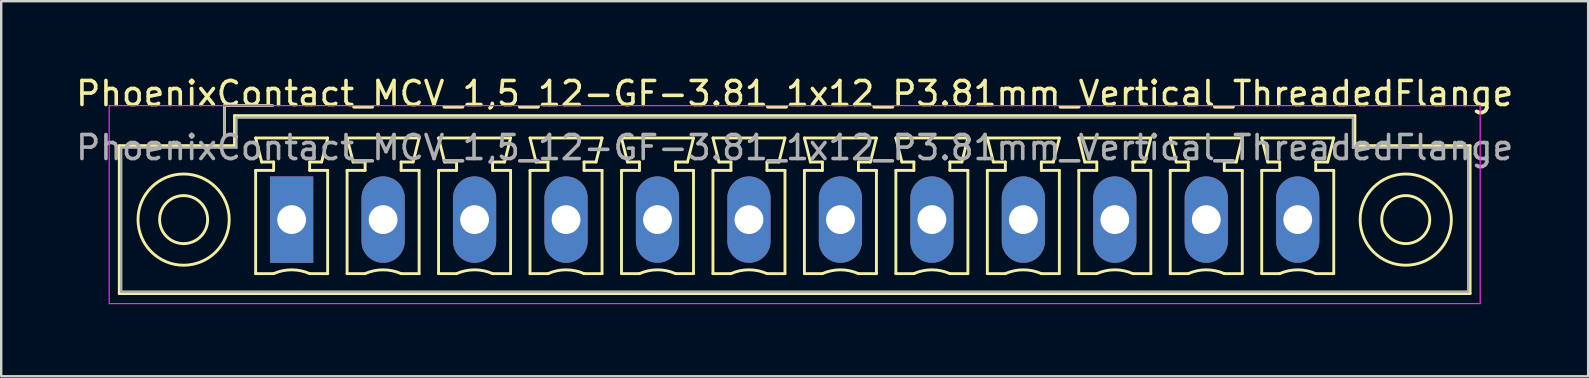
<source format=kicad_pcb>
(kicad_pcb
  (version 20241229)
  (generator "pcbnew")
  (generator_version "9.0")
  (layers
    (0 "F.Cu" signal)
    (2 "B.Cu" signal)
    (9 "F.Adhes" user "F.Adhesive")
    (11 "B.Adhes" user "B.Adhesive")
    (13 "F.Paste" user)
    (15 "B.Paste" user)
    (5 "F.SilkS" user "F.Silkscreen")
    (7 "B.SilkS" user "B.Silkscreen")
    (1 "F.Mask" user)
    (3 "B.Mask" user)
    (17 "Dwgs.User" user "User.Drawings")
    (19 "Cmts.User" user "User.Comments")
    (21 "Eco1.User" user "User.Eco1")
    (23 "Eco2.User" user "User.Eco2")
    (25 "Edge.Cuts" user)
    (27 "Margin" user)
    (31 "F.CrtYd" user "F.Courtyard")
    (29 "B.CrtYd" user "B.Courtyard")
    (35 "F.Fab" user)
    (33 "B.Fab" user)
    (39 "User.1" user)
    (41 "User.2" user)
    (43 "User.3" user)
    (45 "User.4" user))
  (footprint "PhoenixContact_MCV_1,5_12-GF-3.81_1x12_P3.81mm_Vertical_ThreadedFlange"
    (layer "F.Cu")
    (at 9.099 6.098)
    (property "Reference" "PhoenixContact_MCV_1,5_12-GF-3.81_1x12_P3.81mm_Vertical_ThreadedFlange" (at 20.955 -5.25 0) (layer "F.SilkS") (effects (font (size 1 1) (thickness 0.15))))
    (attr through_hole)
    (fp_line (start -7.18 -3.08) (end -7.18 3.08) (stroke (width 0.12) (type solid)) (layer "F.SilkS"))
    (fp_line (start -7.18 3.08) (end 49.09 3.08) (stroke (width 0.12) (type solid)) (layer "F.SilkS"))
    (fp_line (start -2.8 -4.75) (end -0.8 -4.75) (stroke (width 0.12) (type solid)) (layer "F.SilkS"))
    (fp_line (start -2.8 -3.5) (end -2.8 -4.75) (stroke (width 0.12) (type solid)) (layer "F.SilkS"))
    (fp_line (start -2.38 -4.33) (end -2.38 -3.08) (stroke (width 0.12) (type solid)) (layer "F.SilkS"))
    (fp_line (start -2.38 -3.08) (end -7.18 -3.08) (stroke (width 0.12) (type solid)) (layer "F.SilkS"))
    (fp_line (start -1.5 -3.4) (end 1.5 -3.4) (stroke (width 0.12) (type solid)) (layer "F.SilkS"))
    (fp_line (start -1.5 -2.05) (end -0.75 -2.05) (stroke (width 0.12) (type solid)) (layer "F.SilkS"))
    (fp_line (start -1.5 2.25) (end -1.5 -2.05) (stroke (width 0.12) (type solid)) (layer "F.SilkS"))
    (fp_line (start -1.25 -2.4) (end -1.5 -3.4) (stroke (width 0.12) (type solid)) (layer "F.SilkS"))
    (fp_line (start -0.75 -2.4) (end -1.25 -2.4) (stroke (width 0.12) (type solid)) (layer "F.SilkS"))
    (fp_line (start -0.75 -2.05) (end -0.75 -2.4) (stroke (width 0.12) (type solid)) (layer "F.SilkS"))
    (fp_line (start -0.75 2.25) (end -1.5 2.25) (stroke (width 0.12) (type solid)) (layer "F.SilkS"))
    (fp_line (start 0.75 -2.4) (end 0.75 -2.05) (stroke (width 0.12) (type solid)) (layer "F.SilkS"))
    (fp_line (start 0.75 -2.05) (end 1.5 -2.05) (stroke (width 0.12) (type solid)) (layer "F.SilkS"))
    (fp_line (start 1.25 -2.4) (end 0.75 -2.4) (stroke (width 0.12) (type solid)) (layer "F.SilkS"))
    (fp_line (start 1.5 -3.4) (end 1.25 -2.4) (stroke (width 0.12) (type solid)) (layer "F.SilkS"))
    (fp_line (start 1.5 -2.05) (end 1.5 2.25) (stroke (width 0.12) (type solid)) (layer "F.SilkS"))
    (fp_line (start 1.5 2.25) (end 0.75 2.25) (stroke (width 0.12) (type solid)) (layer "F.SilkS"))
    (fp_line (start 2.31 -3.4) (end 5.31 -3.4) (stroke (width 0.12) (type solid)) (layer "F.SilkS"))
    (fp_line (start 2.31 -2.05) (end 3.06 -2.05) (stroke (width 0.12) (type solid)) (layer "F.SilkS"))
    (fp_line (start 2.31 2.25) (end 2.31 -2.05) (stroke (width 0.12) (type solid)) (layer "F.SilkS"))
    (fp_line (start 2.56 -2.4) (end 2.31 -3.4) (stroke (width 0.12) (type solid)) (layer "F.SilkS"))
    (fp_line (start 3.06 -2.4) (end 2.56 -2.4) (stroke (width 0.12) (type solid)) (layer "F.SilkS"))
    (fp_line (start 3.06 -2.05) (end 3.06 -2.4) (stroke (width 0.12) (type solid)) (layer "F.SilkS"))
    (fp_line (start 3.06 2.25) (end 2.31 2.25) (stroke (width 0.12) (type solid)) (layer "F.SilkS"))
    (fp_line (start 4.56 -2.4) (end 4.56 -2.05) (stroke (width 0.12) (type solid)) (layer "F.SilkS"))
    (fp_line (start 4.56 -2.05) (end 5.31 -2.05) (stroke (width 0.12) (type solid)) (layer "F.SilkS"))
    (fp_line (start 5.06 -2.4) (end 4.56 -2.4) (stroke (width 0.12) (type solid)) (layer "F.SilkS"))
    (fp_line (start 5.31 -3.4) (end 5.06 -2.4) (stroke (width 0.12) (type solid)) (layer "F.SilkS"))
    (fp_line (start 5.31 -2.05) (end 5.31 2.25) (stroke (width 0.12) (type solid)) (layer "F.SilkS"))
    (fp_line (start 5.31 2.25) (end 4.56 2.25) (stroke (width 0.12) (type solid)) (layer "F.SilkS"))
    (fp_line (start 6.12 -3.4) (end 9.12 -3.4) (stroke (width 0.12) (type solid)) (layer "F.SilkS"))
    (fp_line (start 6.12 -2.05) (end 6.87 -2.05) (stroke (width 0.12) (type solid)) (layer "F.SilkS"))
    (fp_line (start 6.12 2.25) (end 6.12 -2.05) (stroke (width 0.12) (type solid)) (layer "F.SilkS"))
    (fp_line (start 6.37 -2.4) (end 6.12 -3.4) (stroke (width 0.12) (type solid)) (layer "F.SilkS"))
    (fp_line (start 6.87 -2.4) (end 6.37 -2.4) (stroke (width 0.12) (type solid)) (layer "F.SilkS"))
    (fp_line (start 6.87 -2.05) (end 6.87 -2.4) (stroke (width 0.12) (type solid)) (layer "F.SilkS"))
    (fp_line (start 6.87 2.25) (end 6.12 2.25) (stroke (width 0.12) (type solid)) (layer "F.SilkS"))
    (fp_line (start 8.37 -2.4) (end 8.37 -2.05) (stroke (width 0.12) (type solid)) (layer "F.SilkS"))
    (fp_line (start 8.37 -2.05) (end 9.12 -2.05) (stroke (width 0.12) (type solid)) (layer "F.SilkS"))
    (fp_line (start 8.87 -2.4) (end 8.37 -2.4) (stroke (width 0.12) (type solid)) (layer "F.SilkS"))
    (fp_line (start 9.12 -3.4) (end 8.87 -2.4) (stroke (width 0.12) (type solid)) (layer "F.SilkS"))
    (fp_line (start 9.12 -2.05) (end 9.12 2.25) (stroke (width 0.12) (type solid)) (layer "F.SilkS"))
    (fp_line (start 9.12 2.25) (end 8.37 2.25) (stroke (width 0.12) (type solid)) (layer "F.SilkS"))
    (fp_line (start 9.93 -3.4) (end 12.93 -3.4) (stroke (width 0.12) (type solid)) (layer "F.SilkS"))
    (fp_line (start 9.93 -2.05) (end 10.68 -2.05) (stroke (width 0.12) (type solid)) (layer "F.SilkS"))
    (fp_line (start 9.93 2.25) (end 9.93 -2.05) (stroke (width 0.12) (type solid)) (layer "F.SilkS"))
    (fp_line (start 10.18 -2.4) (end 9.93 -3.4) (stroke (width 0.12) (type solid)) (layer "F.SilkS"))
    (fp_line (start 10.68 -2.4) (end 10.18 -2.4) (stroke (width 0.12) (type solid)) (layer "F.SilkS"))
    (fp_line (start 10.68 -2.05) (end 10.68 -2.4) (stroke (width 0.12) (type solid)) (layer "F.SilkS"))
    (fp_line (start 10.68 2.25) (end 9.93 2.25) (stroke (width 0.12) (type solid)) (layer "F.SilkS"))
    (fp_line (start 12.18 -2.4) (end 12.18 -2.05) (stroke (width 0.12) (type solid)) (layer "F.SilkS"))
    (fp_line (start 12.18 -2.05) (end 12.93 -2.05) (stroke (width 0.12) (type solid)) (layer "F.SilkS"))
    (fp_line (start 12.68 -2.4) (end 12.18 -2.4) (stroke (width 0.12) (type solid)) (layer "F.SilkS"))
    (fp_line (start 12.93 -3.4) (end 12.68 -2.4) (stroke (width 0.12) (type solid)) (layer "F.SilkS"))
    (fp_line (start 12.93 -2.05) (end 12.93 2.25) (stroke (width 0.12) (type solid)) (layer "F.SilkS"))
    (fp_line (start 12.93 2.25) (end 12.18 2.25) (stroke (width 0.12) (type solid)) (layer "F.SilkS"))
    (fp_line (start 13.74 -3.4) (end 16.74 -3.4) (stroke (width 0.12) (type solid)) (layer "F.SilkS"))
    (fp_line (start 13.74 -2.05) (end 14.49 -2.05) (stroke (width 0.12) (type solid)) (layer "F.SilkS"))
    (fp_line (start 13.74 2.25) (end 13.74 -2.05) (stroke (width 0.12) (type solid)) (layer "F.SilkS"))
    (fp_line (start 13.99 -2.4) (end 13.74 -3.4) (stroke (width 0.12) (type solid)) (layer "F.SilkS"))
    (fp_line (start 14.49 -2.4) (end 13.99 -2.4) (stroke (width 0.12) (type solid)) (layer "F.SilkS"))
    (fp_line (start 14.49 -2.05) (end 14.49 -2.4) (stroke (width 0.12) (type solid)) (layer "F.SilkS"))
    (fp_line (start 14.49 2.25) (end 13.74 2.25) (stroke (width 0.12) (type solid)) (layer "F.SilkS"))
    (fp_line (start 15.99 -2.4) (end 15.99 -2.05) (stroke (width 0.12) (type solid)) (layer "F.SilkS"))
    (fp_line (start 15.99 -2.05) (end 16.74 -2.05) (stroke (width 0.12) (type solid)) (layer "F.SilkS"))
    (fp_line (start 16.49 -2.4) (end 15.99 -2.4) (stroke (width 0.12) (type solid)) (layer "F.SilkS"))
    (fp_line (start 16.74 -3.4) (end 16.49 -2.4) (stroke (width 0.12) (type solid)) (layer "F.SilkS"))
    (fp_line (start 16.74 -2.05) (end 16.74 2.25) (stroke (width 0.12) (type solid)) (layer "F.SilkS"))
    (fp_line (start 16.74 2.25) (end 15.99 2.25) (stroke (width 0.12) (type solid)) (layer "F.SilkS"))
    (fp_line (start 17.55 -3.4) (end 20.55 -3.4) (stroke (width 0.12) (type solid)) (layer "F.SilkS"))
    (fp_line (start 17.55 -2.05) (end 18.3 -2.05) (stroke (width 0.12) (type solid)) (layer "F.SilkS"))
    (fp_line (start 17.55 2.25) (end 17.55 -2.05) (stroke (width 0.12) (type solid)) (layer "F.SilkS"))
    (fp_line (start 17.8 -2.4) (end 17.55 -3.4) (stroke (width 0.12) (type solid)) (layer "F.SilkS"))
    (fp_line (start 18.3 -2.4) (end 17.8 -2.4) (stroke (width 0.12) (type solid)) (layer "F.SilkS"))
    (fp_line (start 18.3 -2.05) (end 18.3 -2.4) (stroke (width 0.12) (type solid)) (layer "F.SilkS"))
    (fp_line (start 18.3 2.25) (end 17.55 2.25) (stroke (width 0.12) (type solid)) (layer "F.SilkS"))
    (fp_line (start 19.8 -2.4) (end 19.8 -2.05) (stroke (width 0.12) (type solid)) (layer "F.SilkS"))
    (fp_line (start 19.8 -2.05) (end 20.55 -2.05) (stroke (width 0.12) (type solid)) (layer "F.SilkS"))
    (fp_line (start 20.3 -2.4) (end 19.8 -2.4) (stroke (width 0.12) (type solid)) (layer "F.SilkS"))
    (fp_line (start 20.55 -3.4) (end 20.3 -2.4) (stroke (width 0.12) (type solid)) (layer "F.SilkS"))
    (fp_line (start 20.55 -2.05) (end 20.55 2.25) (stroke (width 0.12) (type solid)) (layer "F.SilkS"))
    (fp_line (start 20.55 2.25) (end 19.8 2.25) (stroke (width 0.12) (type solid)) (layer "F.SilkS"))
    (fp_line (start 21.36 -3.4) (end 24.36 -3.4) (stroke (width 0.12) (type solid)) (layer "F.SilkS"))
    (fp_line (start 21.36 -2.05) (end 22.11 -2.05) (stroke (width 0.12) (type solid)) (layer "F.SilkS"))
    (fp_line (start 21.36 2.25) (end 21.36 -2.05) (stroke (width 0.12) (type solid)) (layer "F.SilkS"))
    (fp_line (start 21.61 -2.4) (end 21.36 -3.4) (stroke (width 0.12) (type solid)) (layer "F.SilkS"))
    (fp_line (start 22.11 -2.4) (end 21.61 -2.4) (stroke (width 0.12) (type solid)) (layer "F.SilkS"))
    (fp_line (start 22.11 -2.05) (end 22.11 -2.4) (stroke (width 0.12) (type solid)) (layer "F.SilkS"))
    (fp_line (start 22.11 2.25) (end 21.36 2.25) (stroke (width 0.12) (type solid)) (layer "F.SilkS"))
    (fp_line (start 23.61 -2.4) (end 23.61 -2.05) (stroke (width 0.12) (type solid)) (layer "F.SilkS"))
    (fp_line (start 23.61 -2.05) (end 24.36 -2.05) (stroke (width 0.12) (type solid)) (layer "F.SilkS"))
    (fp_line (start 24.11 -2.4) (end 23.61 -2.4) (stroke (width 0.12) (type solid)) (layer "F.SilkS"))
    (fp_line (start 24.36 -3.4) (end 24.11 -2.4) (stroke (width 0.12) (type solid)) (layer "F.SilkS"))
    (fp_line (start 24.36 -2.05) (end 24.36 2.25) (stroke (width 0.12) (type solid)) (layer "F.SilkS"))
    (fp_line (start 24.36 2.25) (end 23.61 2.25) (stroke (width 0.12) (type solid)) (layer "F.SilkS"))
    (fp_line (start 25.17 -3.4) (end 28.17 -3.4) (stroke (width 0.12) (type solid)) (layer "F.SilkS"))
    (fp_line (start 25.17 -2.05) (end 25.92 -2.05) (stroke (width 0.12) (type solid)) (layer "F.SilkS"))
    (fp_line (start 25.17 2.25) (end 25.17 -2.05) (stroke (width 0.12) (type solid)) (layer "F.SilkS"))
    (fp_line (start 25.42 -2.4) (end 25.17 -3.4) (stroke (width 0.12) (type solid)) (layer "F.SilkS"))
    (fp_line (start 25.92 -2.4) (end 25.42 -2.4) (stroke (width 0.12) (type solid)) (layer "F.SilkS"))
    (fp_line (start 25.92 -2.05) (end 25.92 -2.4) (stroke (width 0.12) (type solid)) (layer "F.SilkS"))
    (fp_line (start 25.92 2.25) (end 25.17 2.25) (stroke (width 0.12) (type solid)) (layer "F.SilkS"))
    (fp_line (start 27.42 -2.4) (end 27.42 -2.05) (stroke (width 0.12) (type solid)) (layer "F.SilkS"))
    (fp_line (start 27.42 -2.05) (end 28.17 -2.05) (stroke (width 0.12) (type solid)) (layer "F.SilkS"))
    (fp_line (start 27.92 -2.4) (end 27.42 -2.4) (stroke (width 0.12) (type solid)) (layer "F.SilkS"))
    (fp_line (start 28.17 -3.4) (end 27.92 -2.4) (stroke (width 0.12) (type solid)) (layer "F.SilkS"))
    (fp_line (start 28.17 -2.05) (end 28.17 2.25) (stroke (width 0.12) (type solid)) (layer "F.SilkS"))
    (fp_line (start 28.17 2.25) (end 27.42 2.25) (stroke (width 0.12) (type solid)) (layer "F.SilkS"))
    (fp_line (start 28.98 -3.4) (end 31.98 -3.4) (stroke (width 0.12) (type solid)) (layer "F.SilkS"))
    (fp_line (start 28.98 -2.05) (end 29.73 -2.05) (stroke (width 0.12) (type solid)) (layer "F.SilkS"))
    (fp_line (start 28.98 2.25) (end 28.98 -2.05) (stroke (width 0.12) (type solid)) (layer "F.SilkS"))
    (fp_line (start 29.23 -2.4) (end 28.98 -3.4) (stroke (width 0.12) (type solid)) (layer "F.SilkS"))
    (fp_line (start 29.73 -2.4) (end 29.23 -2.4) (stroke (width 0.12) (type solid)) (layer "F.SilkS"))
    (fp_line (start 29.73 -2.05) (end 29.73 -2.4) (stroke (width 0.12) (type solid)) (layer "F.SilkS"))
    (fp_line (start 29.73 2.25) (end 28.98 2.25) (stroke (width 0.12) (type solid)) (layer "F.SilkS"))
    (fp_line (start 31.23 -2.4) (end 31.23 -2.05) (stroke (width 0.12) (type solid)) (layer "F.SilkS"))
    (fp_line (start 31.23 -2.05) (end 31.98 -2.05) (stroke (width 0.12) (type solid)) (layer "F.SilkS"))
    (fp_line (start 31.73 -2.4) (end 31.23 -2.4) (stroke (width 0.12) (type solid)) (layer "F.SilkS"))
    (fp_line (start 31.98 -3.4) (end 31.73 -2.4) (stroke (width 0.12) (type solid)) (layer "F.SilkS"))
    (fp_line (start 31.98 -2.05) (end 31.98 2.25) (stroke (width 0.12) (type solid)) (layer "F.SilkS"))
    (fp_line (start 31.98 2.25) (end 31.23 2.25) (stroke (width 0.12) (type solid)) (layer "F.SilkS"))
    (fp_line (start 32.79 -3.4) (end 35.79 -3.4) (stroke (width 0.12) (type solid)) (layer "F.SilkS"))
    (fp_line (start 32.79 -2.05) (end 33.54 -2.05) (stroke (width 0.12) (type solid)) (layer "F.SilkS"))
    (fp_line (start 32.79 2.25) (end 32.79 -2.05) (stroke (width 0.12) (type solid)) (layer "F.SilkS"))
    (fp_line (start 33.04 -2.4) (end 32.79 -3.4) (stroke (width 0.12) (type solid)) (layer "F.SilkS"))
    (fp_line (start 33.54 -2.4) (end 33.04 -2.4) (stroke (width 0.12) (type solid)) (layer "F.SilkS"))
    (fp_line (start 33.54 -2.05) (end 33.54 -2.4) (stroke (width 0.12) (type solid)) (layer "F.SilkS"))
    (fp_line (start 33.54 2.25) (end 32.79 2.25) (stroke (width 0.12) (type solid)) (layer "F.SilkS"))
    (fp_line (start 35.04 -2.4) (end 35.04 -2.05) (stroke (width 0.12) (type solid)) (layer "F.SilkS"))
    (fp_line (start 35.04 -2.05) (end 35.79 -2.05) (stroke (width 0.12) (type solid)) (layer "F.SilkS"))
    (fp_line (start 35.54 -2.4) (end 35.04 -2.4) (stroke (width 0.12) (type solid)) (layer "F.SilkS"))
    (fp_line (start 35.79 -3.4) (end 35.54 -2.4) (stroke (width 0.12) (type solid)) (layer "F.SilkS"))
    (fp_line (start 35.79 -2.05) (end 35.79 2.25) (stroke (width 0.12) (type solid)) (layer "F.SilkS"))
    (fp_line (start 35.79 2.25) (end 35.04 2.25) (stroke (width 0.12) (type solid)) (layer "F.SilkS"))
    (fp_line (start 36.6 -3.4) (end 39.6 -3.4) (stroke (width 0.12) (type solid)) (layer "F.SilkS"))
    (fp_line (start 36.6 -2.05) (end 37.35 -2.05) (stroke (width 0.12) (type solid)) (layer "F.SilkS"))
    (fp_line (start 36.6 2.25) (end 36.6 -2.05) (stroke (width 0.12) (type solid)) (layer "F.SilkS"))
    (fp_line (start 36.85 -2.4) (end 36.6 -3.4) (stroke (width 0.12) (type solid)) (layer "F.SilkS"))
    (fp_line (start 37.35 -2.4) (end 36.85 -2.4) (stroke (width 0.12) (type solid)) (layer "F.SilkS"))
    (fp_line (start 37.35 -2.05) (end 37.35 -2.4) (stroke (width 0.12) (type solid)) (layer "F.SilkS"))
    (fp_line (start 37.35 2.25) (end 36.6 2.25) (stroke (width 0.12) (type solid)) (layer "F.SilkS"))
    (fp_line (start 38.85 -2.4) (end 38.85 -2.05) (stroke (width 0.12) (type solid)) (layer "F.SilkS"))
    (fp_line (start 38.85 -2.05) (end 39.6 -2.05) (stroke (width 0.12) (type solid)) (layer "F.SilkS"))
    (fp_line (start 39.35 -2.4) (end 38.85 -2.4) (stroke (width 0.12) (type solid)) (layer "F.SilkS"))
    (fp_line (start 39.6 -3.4) (end 39.35 -2.4) (stroke (width 0.12) (type solid)) (layer "F.SilkS"))
    (fp_line (start 39.6 -2.05) (end 39.6 2.25) (stroke (width 0.12) (type solid)) (layer "F.SilkS"))
    (fp_line (start 39.6 2.25) (end 38.85 2.25) (stroke (width 0.12) (type solid)) (layer "F.SilkS"))
    (fp_line (start 40.41 -3.4) (end 43.41 -3.4) (stroke (width 0.12) (type solid)) (layer "F.SilkS"))
    (fp_line (start 40.41 -2.05) (end 41.16 -2.05) (stroke (width 0.12) (type solid)) (layer "F.SilkS"))
    (fp_line (start 40.41 2.25) (end 40.41 -2.05) (stroke (width 0.12) (type solid)) (layer "F.SilkS"))
    (fp_line (start 40.66 -2.4) (end 40.41 -3.4) (stroke (width 0.12) (type solid)) (layer "F.SilkS"))
    (fp_line (start 41.16 -2.4) (end 40.66 -2.4) (stroke (width 0.12) (type solid)) (layer "F.SilkS"))
    (fp_line (start 41.16 -2.05) (end 41.16 -2.4) (stroke (width 0.12) (type solid)) (layer "F.SilkS"))
    (fp_line (start 41.16 2.25) (end 40.41 2.25) (stroke (width 0.12) (type solid)) (layer "F.SilkS"))
    (fp_line (start 42.66 -2.4) (end 42.66 -2.05) (stroke (width 0.12) (type solid)) (layer "F.SilkS"))
    (fp_line (start 42.66 -2.05) (end 43.41 -2.05) (stroke (width 0.12) (type solid)) (layer "F.SilkS"))
    (fp_line (start 43.16 -2.4) (end 42.66 -2.4) (stroke (width 0.12) (type solid)) (layer "F.SilkS"))
    (fp_line (start 43.41 -3.4) (end 43.16 -2.4) (stroke (width 0.12) (type solid)) (layer "F.SilkS"))
    (fp_line (start 43.41 -2.05) (end 43.41 2.25) (stroke (width 0.12) (type solid)) (layer "F.SilkS"))
    (fp_line (start 43.41 2.25) (end 42.66 2.25) (stroke (width 0.12) (type solid)) (layer "F.SilkS"))
    (fp_line (start 44.29 -4.33) (end -2.38 -4.33) (stroke (width 0.12) (type solid)) (layer "F.SilkS"))
    (fp_line (start 44.29 -3.08) (end 44.29 -4.33) (stroke (width 0.12) (type solid)) (layer "F.SilkS"))
    (fp_line (start 49.09 -3.08) (end 44.29 -3.08) (stroke (width 0.12) (type solid)) (layer "F.SilkS"))
    (fp_line (start 49.09 3.08) (end 49.09 -3.08) (stroke (width 0.12) (type solid)) (layer "F.SilkS"))
    (fp_arc (start -0.75 2.25) (mid -0.000193 2.09191) (end 0.749647 2.249844) (stroke (width 0.12) (type solid)) (layer "F.SilkS"))
    (fp_arc (start 3.06 2.25) (mid 3.809807 2.09191) (end 4.559647 2.249844) (stroke (width 0.12) (type solid)) (layer "F.SilkS"))
    (fp_arc (start 6.87 2.25) (mid 7.619807 2.09191) (end 8.369647 2.249844) (stroke (width 0.12) (type solid)) (layer "F.SilkS"))
    (fp_arc (start 10.68 2.25) (mid 11.429807 2.09191) (end 12.179647 2.249844) (stroke (width 0.12) (type solid)) (layer "F.SilkS"))
    (fp_arc (start 14.49 2.25) (mid 15.239807 2.09191) (end 15.989647 2.249844) (stroke (width 0.12) (type solid)) (layer "F.SilkS"))
    (fp_arc (start 18.3 2.25) (mid 19.049807 2.09191) (end 19.799647 2.249844) (stroke (width 0.12) (type solid)) (layer "F.SilkS"))
    (fp_arc (start 22.11 2.25) (mid 22.859807 2.09191) (end 23.609647 2.249844) (stroke (width 0.12) (type solid)) (layer "F.SilkS"))
    (fp_arc (start 25.92 2.25) (mid 26.669807 2.09191) (end 27.419647 2.249844) (stroke (width 0.12) (type solid)) (layer "F.SilkS"))
    (fp_arc (start 29.73 2.25) (mid 30.479807 2.09191) (end 31.229647 2.249844) (stroke (width 0.12) (type solid)) (layer "F.SilkS"))
    (fp_arc (start 33.54 2.25) (mid 34.289807 2.09191) (end 35.039647 2.249844) (stroke (width 0.12) (type solid)) (layer "F.SilkS"))
    (fp_arc (start 37.35 2.25) (mid 38.099807 2.09191) (end 38.849647 2.249844) (stroke (width 0.12) (type solid)) (layer "F.SilkS"))
    (fp_arc (start 41.16 2.25) (mid 41.909807 2.09191) (end 42.659647 2.249844) (stroke (width 0.12) (type solid)) (layer "F.SilkS"))
    (fp_circle (center -4.5 0) (end -3.5 0) (stroke (width 0.12) (type solid)) (fill no) (layer "F.SilkS"))
    (fp_circle (center -4.5 0) (end -2.6 0) (stroke (width 0.12) (type solid)) (fill no) (layer "F.SilkS"))
    (fp_circle (center 46.41 0) (end 47.41 0) (stroke (width 0.12) (type solid)) (fill no) (layer "F.SilkS"))
    (fp_circle (center 46.41 0) (end 48.31 0) (stroke (width 0.12) (type solid)) (fill no) (layer "F.SilkS"))
    (fp_line (start -7.6 -4.75) (end -7.6 3.5) (stroke (width 0.05) (type solid)) (layer "F.CrtYd"))
    (fp_line (start -7.6 3.5) (end 49.51 3.5) (stroke (width 0.05) (type solid)) (layer "F.CrtYd"))
    (fp_line (start 49.51 -4.75) (end -7.6 -4.75) (stroke (width 0.05) (type solid)) (layer "F.CrtYd"))
    (fp_line (start 49.51 3.5) (end 49.51 -4.75) (stroke (width 0.05) (type solid)) (layer "F.CrtYd"))
    (fp_line (start -7.1 -3) (end -7.1 3) (stroke (width 0.1) (type solid)) (layer "F.Fab"))
    (fp_line (start -7.1 3) (end 49.01 3) (stroke (width 0.1) (type solid)) (layer "F.Fab"))
    (fp_line (start -2.8 -4.75) (end -0.8 -4.75) (stroke (width 0.1) (type solid)) (layer "F.Fab"))
    (fp_line (start -2.8 -3.5) (end -2.8 -4.75) (stroke (width 0.1) (type solid)) (layer "F.Fab"))
    (fp_line (start -2.3 -4.25) (end -2.3 -3) (stroke (width 0.1) (type solid)) (layer "F.Fab"))
    (fp_line (start -2.3 -3) (end -7.1 -3) (stroke (width 0.1) (type solid)) (layer "F.Fab"))
    (fp_line (start 44.21 -4.25) (end -2.3 -4.25) (stroke (width 0.1) (type solid)) (layer "F.Fab"))
    (fp_line (start 44.21 -3) (end 44.21 -4.25) (stroke (width 0.1) (type solid)) (layer "F.Fab"))
    (fp_line (start 49.01 -3) (end 44.21 -3) (stroke (width 0.1) (type solid)) (layer "F.Fab"))
    (fp_line (start 49.01 3) (end 49.01 -3) (stroke (width 0.1) (type solid)) (layer "F.Fab"))
    (fp_text user "${REFERENCE}" (at 20.955 -3 0) (layer "F.Fab") (effects (font (size 1 1) (thickness 0.15))))
    (pad "1" thru_hole rect (at 0 0) (size 1.8 3.6) (drill 1.2) (layers "*.Cu" "*.Mask"))
    (pad "2" thru_hole oval (at 3.81 0) (size 1.8 3.6) (drill 1.2) (layers "*.Cu" "*.Mask"))
    (pad "3" thru_hole oval (at 7.62 0) (size 1.8 3.6) (drill 1.2) (layers "*.Cu" "*.Mask"))
    (pad "4" thru_hole oval (at 11.43 0) (size 1.8 3.6) (drill 1.2) (layers "*.Cu" "*.Mask"))
    (pad "5" thru_hole oval (at 15.24 0) (size 1.8 3.6) (drill 1.2) (layers "*.Cu" "*.Mask"))
    (pad "6" thru_hole oval (at 19.05 0) (size 1.8 3.6) (drill 1.2) (layers "*.Cu" "*.Mask"))
    (pad "7" thru_hole oval (at 22.86 0) (size 1.8 3.6) (drill 1.2) (layers "*.Cu" "*.Mask"))
    (pad "8" thru_hole oval (at 26.67 0) (size 1.8 3.6) (drill 1.2) (layers "*.Cu" "*.Mask"))
    (pad "9" thru_hole oval (at 30.48 0) (size 1.8 3.6) (drill 1.2) (layers "*.Cu" "*.Mask"))
    (pad "10" thru_hole oval (at 34.29 0) (size 1.8 3.6) (drill 1.2) (layers "*.Cu" "*.Mask"))
    (pad "11" thru_hole oval (at 38.1 0) (size 1.8 3.6) (drill 1.2) (layers "*.Cu" "*.Mask"))
    (pad "12" thru_hole oval (at 41.91 0) (size 1.8 3.6) (drill 1.2) (layers "*.Cu" "*.Mask")))
  (gr_rect
    (start -3 -3)
    (end 63.107 12.623)
    (stroke (width 0.1) (type default))
    (fill no)
    (layer "Edge.Cuts")))
</source>
